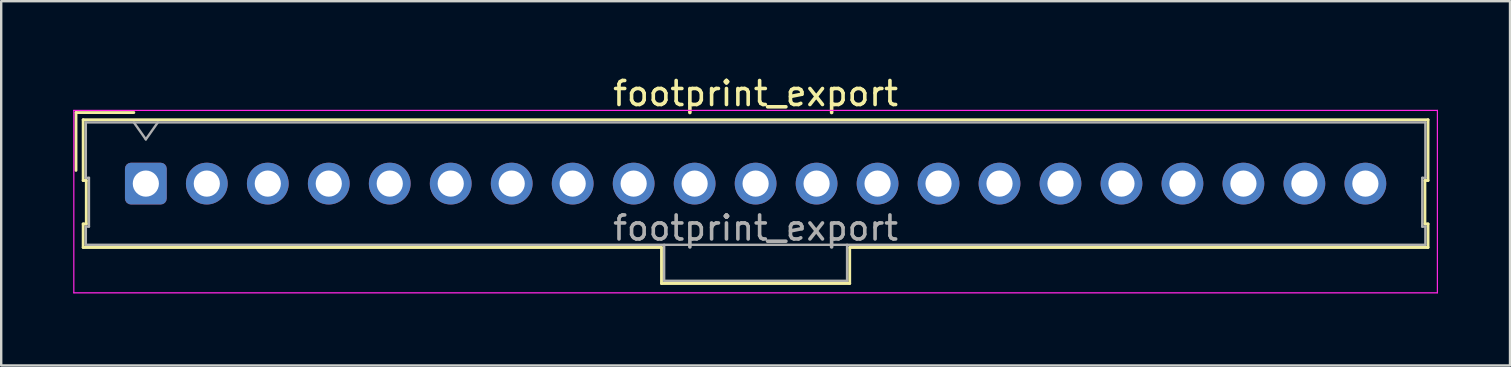
<source format=kicad_pcb>
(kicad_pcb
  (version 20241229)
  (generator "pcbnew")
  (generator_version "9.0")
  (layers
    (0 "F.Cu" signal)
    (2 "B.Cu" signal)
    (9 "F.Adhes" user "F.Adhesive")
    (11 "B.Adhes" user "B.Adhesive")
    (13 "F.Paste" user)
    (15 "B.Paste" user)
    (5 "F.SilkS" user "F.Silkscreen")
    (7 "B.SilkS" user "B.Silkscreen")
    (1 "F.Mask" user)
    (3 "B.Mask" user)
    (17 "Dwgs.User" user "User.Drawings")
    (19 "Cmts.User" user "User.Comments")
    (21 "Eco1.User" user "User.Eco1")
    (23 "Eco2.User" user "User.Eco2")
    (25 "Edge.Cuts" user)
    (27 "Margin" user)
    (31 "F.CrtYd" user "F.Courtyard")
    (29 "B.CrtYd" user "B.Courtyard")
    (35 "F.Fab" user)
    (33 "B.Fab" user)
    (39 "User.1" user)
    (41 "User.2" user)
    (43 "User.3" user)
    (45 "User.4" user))
  (footprint "footprint_export"
    (layer "F.Cu")
    (at 3.025 4.598)
    (property "Reference" "footprint_export" (at 25.4 -3.75 0) (layer "F.SilkS") (effects (font (size 1 1) (thickness 0.15))))
    (attr through_hole)
    (fp_line (start -2.91 -2.96) (end -0.5 -2.96) (stroke (width 0.12) (type solid)) (layer "F.SilkS"))
    (fp_line (start -2.91 -0.55) (end -2.91 -2.96) (stroke (width 0.12) (type solid)) (layer "F.SilkS"))
    (fp_line (start -2.61 -2.66) (end -2.61 -0.13) (stroke (width 0.12) (type solid)) (layer "F.SilkS"))
    (fp_line (start -2.61 -0.13) (end -2.48 -0.13) (stroke (width 0.12) (type solid)) (layer "F.SilkS"))
    (fp_line (start -2.61 1.68) (end -2.61 2.66) (stroke (width 0.12) (type solid)) (layer "F.SilkS"))
    (fp_line (start -2.61 2.66) (end 21.48 2.66) (stroke (width 0.12) (type solid)) (layer "F.SilkS"))
    (fp_line (start -2.48 -0.13) (end -2.48 1.68) (stroke (width 0.12) (type solid)) (layer "F.SilkS"))
    (fp_line (start -2.48 1.68) (end -2.61 1.68) (stroke (width 0.12) (type solid)) (layer "F.SilkS"))
    (fp_line (start 21.48 2.66) (end 21.48 4.16) (stroke (width 0.12) (type solid)) (layer "F.SilkS"))
    (fp_line (start 21.48 4.16) (end 29.32 4.16) (stroke (width 0.12) (type solid)) (layer "F.SilkS"))
    (fp_line (start 29.32 2.66) (end 53.41 2.66) (stroke (width 0.12) (type solid)) (layer "F.SilkS"))
    (fp_line (start 29.32 4.16) (end 29.32 2.66) (stroke (width 0.12) (type solid)) (layer "F.SilkS"))
    (fp_line (start 53.28 -0.13) (end 53.41 -0.13) (stroke (width 0.12) (type solid)) (layer "F.SilkS"))
    (fp_line (start 53.28 1.68) (end 53.28 -0.13) (stroke (width 0.12) (type solid)) (layer "F.SilkS"))
    (fp_line (start 53.41 -2.66) (end -2.61 -2.66) (stroke (width 0.12) (type solid)) (layer "F.SilkS"))
    (fp_line (start 53.41 -0.13) (end 53.41 -2.66) (stroke (width 0.12) (type solid)) (layer "F.SilkS"))
    (fp_line (start 53.41 1.68) (end 53.28 1.68) (stroke (width 0.12) (type solid)) (layer "F.SilkS"))
    (fp_line (start 53.41 2.66) (end 53.41 1.68) (stroke (width 0.12) (type solid)) (layer "F.SilkS"))
    (fp_line (start -3 -3.05) (end -3 4.55) (stroke (width 0.05) (type solid)) (layer "F.CrtYd"))
    (fp_line (start -3 4.55) (end 53.8 4.55) (stroke (width 0.05) (type solid)) (layer "F.CrtYd"))
    (fp_line (start 53.8 -3.05) (end -3 -3.05) (stroke (width 0.05) (type solid)) (layer "F.CrtYd"))
    (fp_line (start 53.8 4.55) (end 53.8 -3.05) (stroke (width 0.05) (type solid)) (layer "F.CrtYd"))
    (fp_line (start -2.5 -2.55) (end -2.5 -0.24) (stroke (width 0.1) (type solid)) (layer "F.Fab"))
    (fp_line (start -2.5 -0.24) (end -2.37 -0.24) (stroke (width 0.1) (type solid)) (layer "F.Fab"))
    (fp_line (start -2.5 1.79) (end -2.5 2.55) (stroke (width 0.1) (type solid)) (layer "F.Fab"))
    (fp_line (start -2.5 2.55) (end 53.3 2.55) (stroke (width 0.1) (type solid)) (layer "F.Fab"))
    (fp_line (start -2.37 -0.24) (end -2.37 1.79) (stroke (width 0.1) (type solid)) (layer "F.Fab"))
    (fp_line (start -2.37 1.79) (end -2.5 1.79) (stroke (width 0.1) (type solid)) (layer "F.Fab"))
    (fp_line (start 0 -1.843) (end -0.5 -2.55) (stroke (width 0.1) (type solid)) (layer "F.Fab"))
    (fp_line (start 0.5 -2.55) (end 0 -1.843) (stroke (width 0.1) (type solid)) (layer "F.Fab"))
    (fp_line (start 21.59 2.55) (end 21.59 4.05) (stroke (width 0.1) (type solid)) (layer "F.Fab"))
    (fp_line (start 21.59 4.05) (end 29.21 4.05) (stroke (width 0.1) (type solid)) (layer "F.Fab"))
    (fp_line (start 29.21 4.05) (end 29.21 2.55) (stroke (width 0.1) (type solid)) (layer "F.Fab"))
    (fp_line (start 53.17 -0.24) (end 53.3 -0.24) (stroke (width 0.1) (type solid)) (layer "F.Fab"))
    (fp_line (start 53.17 1.79) (end 53.17 -0.24) (stroke (width 0.1) (type solid)) (layer "F.Fab"))
    (fp_line (start 53.3 -2.55) (end -2.5 -2.55) (stroke (width 0.1) (type solid)) (layer "F.Fab"))
    (fp_line (start 53.3 -0.24) (end 53.3 -2.55) (stroke (width 0.1) (type solid)) (layer "F.Fab"))
    (fp_line (start 53.3 1.79) (end 53.17 1.79) (stroke (width 0.1) (type solid)) (layer "F.Fab"))
    (fp_line (start 53.3 2.55) (end 53.3 1.79) (stroke (width 0.1) (type solid)) (layer "F.Fab"))
    (fp_text user "${REFERENCE}" (at 25.4 1.85 0) (layer "F.Fab") (effects (font (size 1 1) (thickness 0.15))))
    (pad "1" thru_hole roundrect (at 0 0) (size 1.74 1.74) (drill 1.09) (layers "*.Cu" "*.Mask") (roundrect_rratio 0.144))
    (pad "2" thru_hole circle (at 2.54 0) (size 1.74 1.74) (drill 1.09) (layers "*.Cu" "*.Mask"))
    (pad "3" thru_hole circle (at 5.08 0) (size 1.74 1.74) (drill 1.09) (layers "*.Cu" "*.Mask"))
    (pad "4" thru_hole circle (at 7.62 0) (size 1.74 1.74) (drill 1.09) (layers "*.Cu" "*.Mask"))
    (pad "5" thru_hole circle (at 10.16 0) (size 1.74 1.74) (drill 1.09) (layers "*.Cu" "*.Mask"))
    (pad "6" thru_hole circle (at 12.7 0) (size 1.74 1.74) (drill 1.09) (layers "*.Cu" "*.Mask"))
    (pad "7" thru_hole circle (at 15.24 0) (size 1.74 1.74) (drill 1.09) (layers "*.Cu" "*.Mask"))
    (pad "8" thru_hole circle (at 17.78 0) (size 1.74 1.74) (drill 1.09) (layers "*.Cu" "*.Mask"))
    (pad "9" thru_hole circle (at 20.32 0) (size 1.74 1.74) (drill 1.09) (layers "*.Cu" "*.Mask"))
    (pad "10" thru_hole circle (at 22.86 0) (size 1.74 1.74) (drill 1.09) (layers "*.Cu" "*.Mask"))
    (pad "11" thru_hole circle (at 25.4 0) (size 1.74 1.74) (drill 1.09) (layers "*.Cu" "*.Mask"))
    (pad "12" thru_hole circle (at 27.94 0) (size 1.74 1.74) (drill 1.09) (layers "*.Cu" "*.Mask"))
    (pad "13" thru_hole circle (at 30.48 0) (size 1.74 1.74) (drill 1.09) (layers "*.Cu" "*.Mask"))
    (pad "14" thru_hole circle (at 33.02 0) (size 1.74 1.74) (drill 1.09) (layers "*.Cu" "*.Mask"))
    (pad "15" thru_hole circle (at 35.56 0) (size 1.74 1.74) (drill 1.09) (layers "*.Cu" "*.Mask"))
    (pad "16" thru_hole circle (at 38.1 0) (size 1.74 1.74) (drill 1.09) (layers "*.Cu" "*.Mask"))
    (pad "17" thru_hole circle (at 40.64 0) (size 1.74 1.74) (drill 1.09) (layers "*.Cu" "*.Mask"))
    (pad "18" thru_hole circle (at 43.18 0) (size 1.74 1.74) (drill 1.09) (layers "*.Cu" "*.Mask"))
    (pad "19" thru_hole circle (at 45.72 0) (size 1.74 1.74) (drill 1.09) (layers "*.Cu" "*.Mask"))
    (pad "20" thru_hole circle (at 48.26 0) (size 1.74 1.74) (drill 1.09) (layers "*.Cu" "*.Mask"))
    (pad "21" thru_hole circle (at 50.8 0) (size 1.74 1.74) (drill 1.09) (layers "*.Cu" "*.Mask")))
  (gr_rect
    (start -3 -3)
    (end 59.85 12.173)
    (stroke (width 0.1) (type default))
    (fill no)
    (layer "Edge.Cuts")))
</source>
